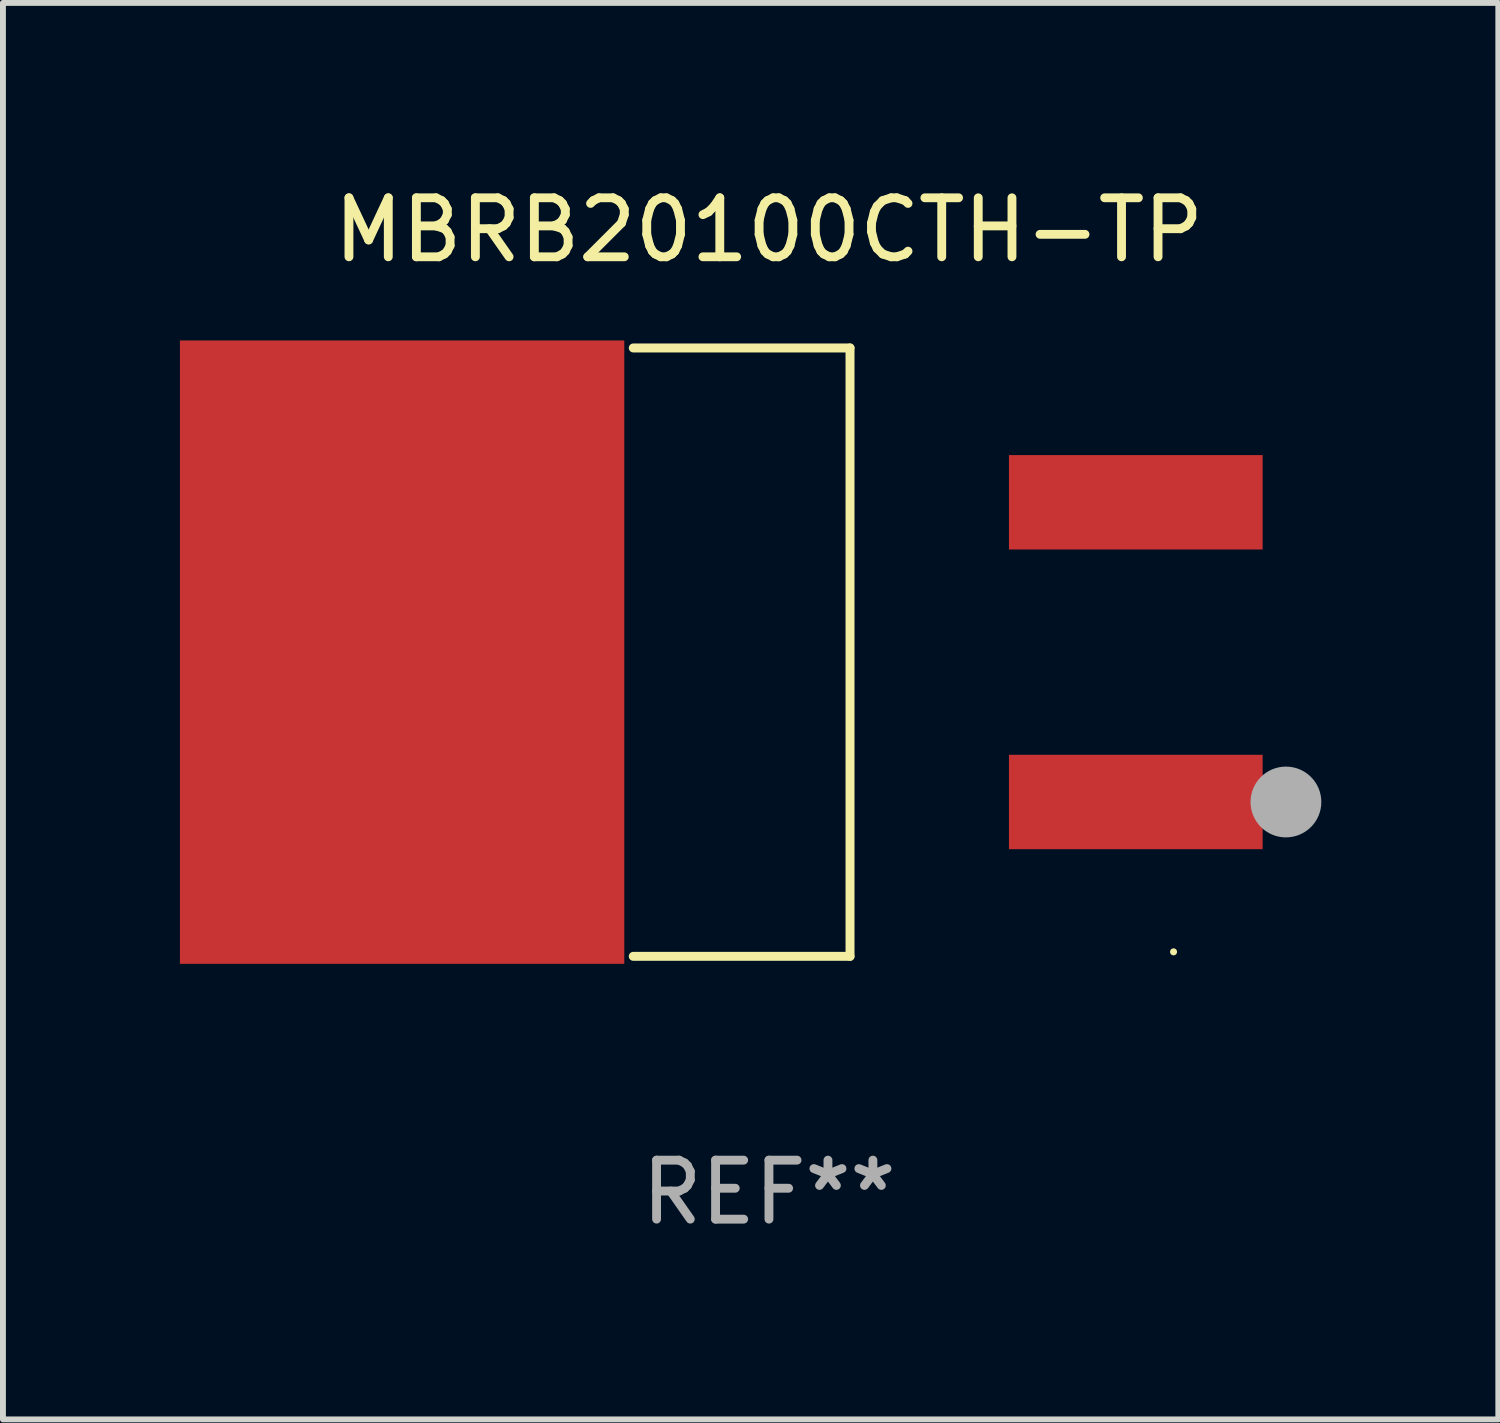
<source format=kicad_pcb>
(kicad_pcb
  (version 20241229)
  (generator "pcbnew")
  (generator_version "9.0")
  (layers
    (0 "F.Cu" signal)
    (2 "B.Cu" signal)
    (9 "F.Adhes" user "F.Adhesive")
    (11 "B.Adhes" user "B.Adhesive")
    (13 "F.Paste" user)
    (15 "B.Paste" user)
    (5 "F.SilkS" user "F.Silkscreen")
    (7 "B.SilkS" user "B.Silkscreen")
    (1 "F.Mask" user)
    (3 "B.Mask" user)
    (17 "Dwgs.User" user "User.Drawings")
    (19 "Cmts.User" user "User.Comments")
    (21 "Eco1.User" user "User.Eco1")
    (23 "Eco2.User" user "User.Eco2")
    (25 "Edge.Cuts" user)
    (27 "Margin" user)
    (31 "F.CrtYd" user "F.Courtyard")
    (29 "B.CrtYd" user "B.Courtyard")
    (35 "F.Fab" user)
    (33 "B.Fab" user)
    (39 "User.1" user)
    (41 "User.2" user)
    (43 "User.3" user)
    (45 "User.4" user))
  (footprint "MBRB20100CTH-TP"
    (layer "F.Cu")
    (at 9.984 8.004)
    (property "Reference" "MBRB20100CTH-TP" (at 0 -7.156 0) (layer "F.SilkS") (effects (font (size 1 1) (thickness 0.15))))
    (attr through_hole)
    (fp_line (start -2.3 -5.156) (end 1.374 -5.156) (stroke (width 0.152) (type solid)) (layer "F.SilkS"))
    (fp_line (start -2.3 5.156) (end 1.374 5.156) (stroke (width 0.152) (type solid)) (layer "F.SilkS"))
    (fp_line (start 1.374 5.156) (end 1.374 -5.156) (stroke (width 0.152) (type solid)) (layer "F.SilkS"))
    (fp_circle (center 6.858 5.08) (end 6.888 5.08) (stroke (width 0.06) (type solid)) (fill no) (layer "F.SilkS"))
    (fp_circle (center 8.763 2.54) (end 9.063 2.54) (stroke (width 0.6) (type solid)) (fill no) (layer "F.Fab"))
    (fp_text user "REF**" (at 0 9.156 0) (layer "F.Fab") (effects (font (size 1 1) (thickness 0.15))))
    (pad "1" smd rect (at 6.218 2.54 180) (size 4.3 1.6) (layers "F.Cu" "F.Mask" "F.Paste"))
    (pad "2" smd rect (at -6.218 0 180) (size 7.532 10.566) (layers "F.Cu" "F.Mask" "F.Paste"))
    (pad "3" smd rect (at 6.218 -2.54 180) (size 4.3 1.6) (layers "F.Cu" "F.Mask" "F.Paste")))
  (gr_rect
    (start -3 -3)
    (end 22.347 21.009)
    (stroke (width 0.1) (type default))
    (fill no)
    (layer "Edge.Cuts")))
</source>
